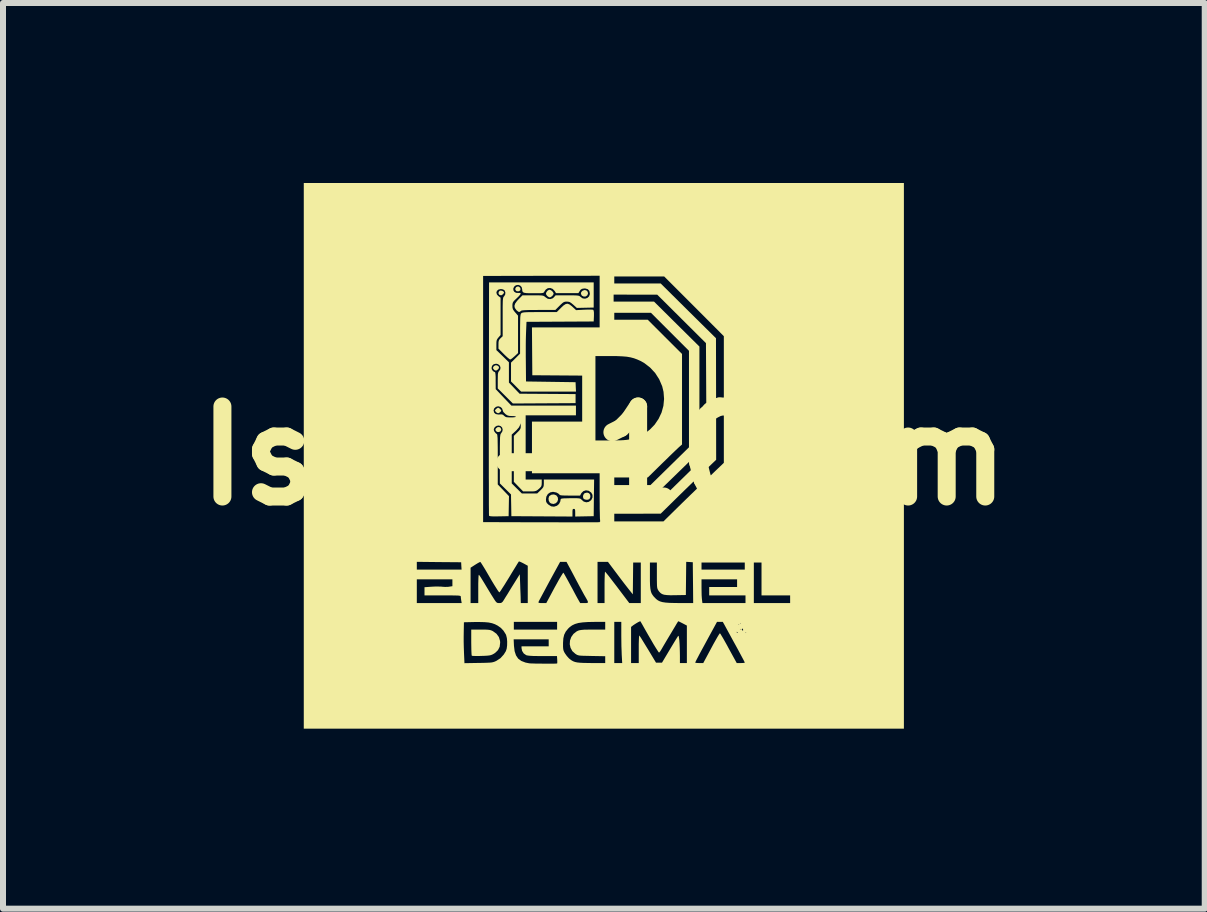
<source format=kicad_pcb>
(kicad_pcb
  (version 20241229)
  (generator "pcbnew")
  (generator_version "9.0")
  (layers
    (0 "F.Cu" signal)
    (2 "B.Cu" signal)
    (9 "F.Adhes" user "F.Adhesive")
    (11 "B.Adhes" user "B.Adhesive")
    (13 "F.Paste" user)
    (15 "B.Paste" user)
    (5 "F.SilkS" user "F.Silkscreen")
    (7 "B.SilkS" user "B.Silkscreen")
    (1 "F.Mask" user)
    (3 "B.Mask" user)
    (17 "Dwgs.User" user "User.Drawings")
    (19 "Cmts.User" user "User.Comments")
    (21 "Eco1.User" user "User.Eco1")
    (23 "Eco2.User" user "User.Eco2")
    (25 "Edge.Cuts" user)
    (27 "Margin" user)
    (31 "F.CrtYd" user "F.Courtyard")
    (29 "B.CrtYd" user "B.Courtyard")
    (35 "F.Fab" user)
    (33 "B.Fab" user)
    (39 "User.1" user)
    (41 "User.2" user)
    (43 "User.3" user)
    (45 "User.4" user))
  (footprint "Iso1-10mm"
    (layer "F.Cu")
    (at 7.014 4.547)
    (property "Reference" "Iso1-10mm" (at 0 0 0) (layer "F.SilkS") (effects (font (size 1.5 1.5) (thickness 0.3))))
    (attr board_only exclude_from_pos_files exclude_from_bom)
    (fp_poly (pts (xy -1.42 -2.821) (xy -1.397 -2.804) (xy -1.388 -2.78) (xy -1.395 -2.756) (xy -1.418 -2.742) (xy -1.446 -2.742) (xy -1.458 -2.747) (xy -1.475 -2.766) (xy -1.475 -2.79) (xy -1.462 -2.811) (xy -1.44 -2.822)) (stroke (width 0) (type solid)) (fill yes) (layer "F.SilkS"))
    (fp_poly (pts (xy -1.722 -0.468) (xy -1.711 -0.443) (xy -1.711 -0.43) (xy -1.724 -0.407) (xy -1.749 -0.396) (xy -1.777 -0.398) (xy -1.799 -0.413) (xy -1.801 -0.416) (xy -1.807 -0.442) (xy -1.799 -0.456) (xy -1.773 -0.477) (xy -1.745 -0.48)) (stroke (width 0) (type solid)) (fill yes) (layer "F.SilkS"))
    (fp_poly (pts (xy -1.781 -1.508) (xy -1.756 -1.492) (xy -1.752 -1.486) (xy -1.747 -1.466) (xy -1.76 -1.444) (xy -1.761 -1.443) (xy -1.788 -1.422) (xy -1.813 -1.423) (xy -1.831 -1.437) (xy -1.847 -1.458) (xy -1.845 -1.476) (xy -1.834 -1.493) (xy -1.811 -1.508)) (stroke (width 0) (type solid)) (fill yes) (layer "F.SilkS"))
    (fp_poly (pts (xy -1.696 -2.751) (xy -1.672 -2.738) (xy -1.663 -2.721) (xy -1.672 -2.704) (xy -1.691 -2.685) (xy -1.711 -2.675) (xy -1.713 -2.675) (xy -1.735 -2.681) (xy -1.743 -2.685) (xy -1.755 -2.704) (xy -1.753 -2.729) (xy -1.738 -2.749) (xy -1.724 -2.754)) (stroke (width 0) (type solid)) (fill yes) (layer "F.SilkS"))
    (fp_poly (pts (xy -0.292 -2.757) (xy -0.271 -2.737) (xy -0.263 -2.709) (xy -0.274 -2.677) (xy -0.275 -2.676) (xy -0.301 -2.656) (xy -0.334 -2.654) (xy -0.365 -2.669) (xy -0.366 -2.67) (xy -0.382 -2.699) (xy -0.377 -2.729) (xy -0.354 -2.752) (xy -0.321 -2.763)) (stroke (width 0) (type solid)) (fill yes) (layer "F.SilkS"))
    (fp_poly (pts (xy -0.248 0.623) (xy -0.228 0.648) (xy -0.224 0.681) (xy -0.23 0.704) (xy -0.246 0.725) (xy -0.272 0.732) (xy -0.283 0.733) (xy -0.314 0.728) (xy -0.336 0.717) (xy -0.337 0.716) (xy -0.348 0.687) (xy -0.343 0.653) (xy -0.325 0.627) (xy -0.316 0.621) (xy -0.279 0.613)) (stroke (width 0) (type solid)) (fill yes) (layer "F.SilkS"))
    (fp_poly (pts (xy -1.744 -0.794) (xy -1.725 -0.777) (xy -1.711 -0.759) (xy -1.71 -0.753) (xy -1.718 -0.737) (xy -1.738 -0.72) (xy -1.758 -0.71) (xy -1.762 -0.709) (xy -1.782 -0.717) (xy -1.796 -0.728) (xy -1.811 -0.746) (xy -1.814 -0.755) (xy -1.806 -0.77) (xy -1.787 -0.788) (xy -1.767 -0.801) (xy -1.76 -0.802)) (stroke (width 0) (type solid)) (fill yes) (layer "F.SilkS"))
    (fp_poly (pts (xy -0.88 -2.759) (xy -0.855 -2.738) (xy -0.839 -2.713) (xy -0.837 -2.704) (xy -0.845 -2.683) (xy -0.861 -2.663) (xy -0.884 -2.646) (xy -0.901 -2.64) (xy -0.922 -2.648) (xy -0.942 -2.663) (xy -0.959 -2.685) (xy -0.965 -2.701) (xy -0.957 -2.728) (xy -0.937 -2.753) (xy -0.913 -2.767) (xy -0.906 -2.768)) (stroke (width 0) (type solid)) (fill yes) (layer "F.SilkS"))
    (fp_poly (pts (xy -0.795 0.658) (xy -0.791 0.66) (xy -0.768 0.691) (xy -0.763 0.727) (xy -0.774 0.762) (xy -0.799 0.789) (xy -0.835 0.802) (xy -0.843 0.802) (xy -0.881 0.794) (xy -0.901 0.779) (xy -0.918 0.748) (xy -0.922 0.71) (xy -0.913 0.678) (xy -0.906 0.668) (xy -0.872 0.648) (xy -0.831 0.644)) (stroke (width 0) (type solid)) (fill yes) (layer "F.SilkS"))
    (fp_poly (pts (xy -1.99 2.896) (xy -1.943 2.898) (xy -1.91 2.901) (xy -1.884 2.907) (xy -1.861 2.916) (xy -1.848 2.923) (xy -1.789 2.966) (xy -1.749 3.021) (xy -1.73 3.086) (xy -1.728 3.113) (xy -1.736 3.182) (xy -1.764 3.238) (xy -1.811 3.284) (xy -1.834 3.299) (xy -1.858 3.312) (xy -1.881 3.321) (xy -1.909 3.327) (xy -1.946 3.331) (xy -1.999 3.334) (xy -2.04 3.335) (xy -2.097 3.337) (xy -2.146 3.336) (xy -2.182 3.335) (xy -2.2 3.332) (xy -2.201 3.331) (xy -2.204 3.317) (xy -2.206 3.284) (xy -2.208 3.235) (xy -2.209 3.174) (xy -2.21 3.109) (xy -2.21 2.896) (xy -2.055 2.896)) (stroke (width 0) (type solid)) (fill yes) (layer "F.SilkS"))
    (fp_poly (pts (xy -0.571 -2.522) (xy -0.532 -2.492) (xy -0.52 -2.481) (xy -0.463 -2.428) (xy -0.327 -2.435) (xy -0.273 -2.437) (xy -0.226 -2.437) (xy -0.192 -2.436) (xy -0.177 -2.433) (xy -0.169 -2.418) (xy -0.165 -2.387) (xy -0.165 -2.336) (xy -0.165 -2.331) (xy -0.169 -2.239) (xy -0.729 -2.236) (xy -1.289 -2.233) (xy -1.296 -2.067) (xy -1.298 -2.01) (xy -1.3 -1.934) (xy -1.301 -1.846) (xy -1.301 -1.75) (xy -1.301 -1.652) (xy -1.3 -1.57) (xy -1.297 -1.239) (xy -0.884 -1.233) (xy -0.471 -1.227) (xy -0.468 -1.148) (xy -0.464 -1.07) (xy -0.921 -1.07) (xy -1.379 -1.07) (xy -1.463 -1.155) (xy -1.547 -1.239) (xy -1.547 -1.396) (xy -1.547 -1.553) (xy -1.471 -1.628) (xy -1.396 -1.703) (xy -1.396 -2.03) (xy -1.396 -2.127) (xy -1.395 -2.202) (xy -1.394 -2.26) (xy -1.393 -2.303) (xy -1.39 -2.333) (xy -1.387 -2.353) (xy -1.383 -2.365) (xy -1.377 -2.374) (xy -1.374 -2.377) (xy -1.365 -2.383) (xy -1.351 -2.387) (xy -1.329 -2.391) (xy -1.296 -2.393) (xy -1.249 -2.395) (xy -1.186 -2.395) (xy -1.103 -2.396) (xy -1.069 -2.396) (xy -0.784 -2.396) (xy -0.715 -2.466) (xy -0.671 -2.507) (xy -0.635 -2.53) (xy -0.603 -2.535)) (stroke (width 0) (type solid)) (fill yes) (layer "F.SilkS"))
    (fp_poly (pts (xy -0.169 -2.681) (xy -0.169 -2.471) (xy -0.309 -2.468) (xy -0.45 -2.465) (xy -0.509 -2.518) (xy -0.544 -2.547) (xy -0.57 -2.563) (xy -0.597 -2.569) (xy -0.618 -2.57) (xy -0.645 -2.569) (xy -0.667 -2.562) (xy -0.689 -2.547) (xy -0.718 -2.521) (xy -0.739 -2.5) (xy -0.808 -2.431) (xy -1.089 -2.431) (xy -1.179 -2.43) (xy -1.249 -2.43) (xy -1.301 -2.428) (xy -1.337 -2.426) (xy -1.362 -2.423) (xy -1.377 -2.419) (xy -1.384 -2.413) (xy -1.404 -2.398) (xy -1.425 -2.401) (xy -1.453 -2.424) (xy -1.457 -2.428) (xy -1.483 -2.464) (xy -1.49 -2.499) (xy -1.478 -2.538) (xy -1.446 -2.582) (xy -1.422 -2.608) (xy -1.356 -2.675) (xy -1.181 -2.675) (xy -1.114 -2.675) (xy -1.066 -2.674) (xy -1.034 -2.672) (xy -1.012 -2.668) (xy -0.996 -2.662) (xy -0.984 -2.652) (xy -0.974 -2.644) (xy -0.934 -2.617) (xy -0.891 -2.612) (xy -0.85 -2.626) (xy -0.831 -2.644) (xy -0.804 -2.675) (xy -0.608 -2.675) (xy -0.537 -2.675) (xy -0.484 -2.674) (xy -0.448 -2.672) (xy -0.424 -2.669) (xy -0.408 -2.664) (xy -0.396 -2.656) (xy -0.385 -2.646) (xy -0.351 -2.623) (xy -0.312 -2.619) (xy -0.275 -2.631) (xy -0.247 -2.657) (xy -0.233 -2.694) (xy -0.233 -2.705) (xy -0.242 -2.749) (xy -0.267 -2.777) (xy -0.309 -2.789) (xy -0.329 -2.789) (xy -0.364 -2.783) (xy -0.387 -2.768) (xy -0.401 -2.748) (xy -0.424 -2.711) (xy -0.611 -2.711) (xy -0.797 -2.711) (xy -0.82 -2.748) (xy -0.853 -2.782) (xy -0.892 -2.797) (xy -0.933 -2.794) (xy -0.968 -2.771) (xy -0.991 -2.738) (xy -0.997 -2.727) (xy -1.005 -2.719) (xy -1.019 -2.714) (xy -1.043 -2.711) (xy -1.081 -2.71) (xy -1.136 -2.71) (xy -1.168 -2.71) (xy -1.239 -2.71) (xy -1.29 -2.712) (xy -1.325 -2.717) (xy -1.346 -2.726) (xy -1.356 -2.74) (xy -1.36 -2.76) (xy -1.361 -2.775) (xy -1.37 -2.812) (xy -1.395 -2.838) (xy -1.428 -2.849) (xy -1.464 -2.843) (xy -1.489 -2.826) (xy -1.508 -2.794) (xy -1.508 -2.761) (xy -1.492 -2.733) (xy -1.462 -2.716) (xy -1.423 -2.714) (xy -1.395 -2.715) (xy -1.385 -2.707) (xy -1.393 -2.688) (xy -1.42 -2.657) (xy -1.454 -2.624) (xy -1.488 -2.592) (xy -1.509 -2.568) (xy -1.519 -2.548) (xy -1.523 -2.525) (xy -1.524 -2.502) (xy -1.522 -2.466) (xy -1.513 -2.438) (xy -1.494 -2.41) (xy -1.477 -2.39) (xy -1.43 -2.336) (xy -1.43 -2.025) (xy -1.43 -1.713) (xy -1.488 -1.659) (xy -1.519 -1.632) (xy -1.546 -1.612) (xy -1.561 -1.605) (xy -1.575 -1.613) (xy -1.601 -1.634) (xy -1.635 -1.665) (xy -1.666 -1.695) (xy -1.756 -1.786) (xy -1.756 -1.856) (xy -1.755 -1.897) (xy -1.749 -1.924) (xy -1.736 -1.945) (xy -1.721 -1.96) (xy -1.686 -1.993) (xy -1.686 -2.315) (xy -1.686 -2.41) (xy -1.686 -2.484) (xy -1.685 -2.541) (xy -1.684 -2.583) (xy -1.681 -2.612) (xy -1.678 -2.632) (xy -1.674 -2.644) (xy -1.668 -2.653) (xy -1.663 -2.657) (xy -1.644 -2.688) (xy -1.641 -2.724) (xy -1.654 -2.756) (xy -1.658 -2.761) (xy -1.682 -2.774) (xy -1.715 -2.78) (xy -1.715 -2.78) (xy -1.756 -2.771) (xy -1.782 -2.749) (xy -1.791 -2.72) (xy -1.781 -2.687) (xy -1.756 -2.661) (xy -1.721 -2.636) (xy -1.721 -2.324) (xy -1.721 -2.013) (xy -1.756 -1.973) (xy -1.774 -1.95) (xy -1.785 -1.929) (xy -1.79 -1.9) (xy -1.791 -1.858) (xy -1.791 -1.848) (xy -1.791 -1.762) (xy -1.686 -1.661) (xy -1.582 -1.559) (xy -1.582 -1.39) (xy -1.582 -1.221) (xy -1.493 -1.128) (xy -1.404 -1.035) (xy -0.938 -1.032) (xy -0.471 -1.029) (xy -0.471 -0.954) (xy -0.471 -0.878) (xy -0.994 -0.875) (xy -1.516 -0.872) (xy -1.642 -0.998) (xy -1.768 -1.123) (xy -1.768 -1.258) (xy -1.767 -1.317) (xy -1.766 -1.357) (xy -1.762 -1.383) (xy -1.756 -1.4) (xy -1.746 -1.412) (xy -1.745 -1.413) (xy -1.725 -1.444) (xy -1.723 -1.478) (xy -1.738 -1.508) (xy -1.766 -1.529) (xy -1.796 -1.535) (xy -1.836 -1.526) (xy -1.863 -1.5) (xy -1.872 -1.463) (xy -1.864 -1.434) (xy -1.844 -1.409) (xy -1.82 -1.396) (xy -1.816 -1.396) (xy -1.81 -1.387) (xy -1.806 -1.361) (xy -1.803 -1.315) (xy -1.803 -1.253) (xy -1.802 -1.111) (xy -1.672 -0.974) (xy -1.541 -0.837) (xy -1.003 -0.837) (xy -0.465 -0.837) (xy -0.465 -0.756) (xy -0.465 -0.675) (xy -0.884 -0.675) (xy -1.303 -0.675) (xy -1.303 -0.14) (xy -1.303 0.395) (xy -1.169 0.395) (xy -1.035 0.395) (xy -1.035 0.453) (xy -1.037 0.488) (xy -1.045 0.511) (xy -1.064 0.534) (xy -1.084 0.552) (xy -1.107 0.571) (xy -1.127 0.583) (xy -1.15 0.59) (xy -1.181 0.593) (xy -1.229 0.593) (xy -1.239 0.593) (xy -1.345 0.593) (xy -1.423 0.513) (xy -1.5 0.433) (xy -1.5 0.05) (xy -1.5 -0.332) (xy -1.442 -0.39) (xy -1.411 -0.421) (xy -1.394 -0.445) (xy -1.386 -0.467) (xy -1.385 -0.495) (xy -1.385 -0.5) (xy -1.386 -0.531) (xy -1.388 -0.541) (xy -1.391 -0.53) (xy -1.396 -0.513) (xy -1.415 -0.474) (xy -1.455 -0.428) (xy -1.47 -0.413) (xy -1.535 -0.354) (xy -1.535 0.053) (xy -1.535 0.46) (xy -1.451 0.544) (xy -1.366 0.628) (xy -1.238 0.628) (xy -1.111 0.628) (xy -1.055 0.574) (xy -1.026 0.544) (xy -1.009 0.521) (xy -1.002 0.497) (xy -1 0.464) (xy -1 0.458) (xy -1 0.395) (xy -0.581 0.395) (xy -0.162 0.395) (xy -0.166 0.701) (xy -0.169 1.006) (xy -0.323 1.009) (xy -0.477 1.012) (xy -0.477 0.948) (xy -0.478 0.911) (xy -0.482 0.892) (xy -0.492 0.885) (xy -0.5 0.884) (xy -0.514 0.887) (xy -0.521 0.899) (xy -0.523 0.925) (xy -0.523 0.948) (xy -0.523 1.012) (xy -1.032 1.009) (xy -1.541 1.006) (xy -1.544 0.825) (xy -1.546 0.727) (xy -0.965 0.727) (xy -0.962 0.762) (xy -0.95 0.787) (xy -0.924 0.813) (xy -0.878 0.842) (xy -0.83 0.848) (xy -0.781 0.832) (xy -0.747 0.803) (xy -0.726 0.762) (xy -0.721 0.732) (xy -0.719 0.722) (xy -0.712 0.716) (xy -0.695 0.712) (xy -0.664 0.709) (xy -0.617 0.708) (xy -0.584 0.707) (xy -0.514 0.706) (xy -0.462 0.706) (xy -0.427 0.708) (xy -0.404 0.711) (xy -0.389 0.716) (xy -0.379 0.723) (xy -0.372 0.731) (xy -0.335 0.763) (xy -0.292 0.775) (xy -0.25 0.767) (xy -0.213 0.74) (xy -0.209 0.736) (xy -0.189 0.694) (xy -0.189 0.651) (xy -0.21 0.613) (xy -0.249 0.585) (xy -0.255 0.582) (xy -0.299 0.575) (xy -0.341 0.589) (xy -0.373 0.62) (xy -0.379 0.63) (xy -0.396 0.663) (xy -0.565 0.663) (xy -0.633 0.662) (xy -0.682 0.661) (xy -0.714 0.658) (xy -0.732 0.654) (xy -0.739 0.647) (xy -0.74 0.646) (xy -0.754 0.632) (xy -0.781 0.616) (xy -0.793 0.611) (xy -0.847 0.6) (xy -0.895 0.61) (xy -0.933 0.637) (xy -0.958 0.68) (xy -0.965 0.727) (xy -1.546 0.727) (xy -1.547 0.644) (xy -1.64 0.552) (xy -1.733 0.46) (xy -1.733 0.052) (xy -1.733 -0.057) (xy -1.733 -0.144) (xy -1.732 -0.213) (xy -1.731 -0.266) (xy -1.73 -0.305) (xy -1.727 -0.333) (xy -1.724 -0.352) (xy -1.72 -0.364) (xy -1.715 -0.372) (xy -1.71 -0.378) (xy -1.691 -0.409) (xy -1.686 -0.438) (xy -1.696 -0.472) (xy -1.719 -0.495) (xy -1.751 -0.505) (xy -1.784 -0.5) (xy -1.814 -0.481) (xy -1.828 -0.46) (xy -1.835 -0.434) (xy -1.826 -0.409) (xy -1.821 -0.401) (xy -1.802 -0.377) (xy -1.785 -0.364) (xy -1.78 -0.36) (xy -1.776 -0.348) (xy -1.774 -0.327) (xy -1.771 -0.295) (xy -1.77 -0.25) (xy -1.769 -0.189) (xy -1.768 -0.11) (xy -1.768 -0.011) (xy -1.768 0.06) (xy -1.768 0.477) (xy -1.674 0.575) (xy -1.581 0.672) (xy -1.584 0.839) (xy -1.587 1.006) (xy -1.748 1.009) (xy -1.816 1.01) (xy -1.864 1.009) (xy -1.894 1.006) (xy -1.91 1.002) (xy -1.913 0.998) (xy -1.914 0.985) (xy -1.915 0.949) (xy -1.915 0.894) (xy -1.916 0.818) (xy -1.916 0.724) (xy -1.916 0.613) (xy -1.916 0.486) (xy -1.917 0.344) (xy -1.917 0.189) (xy -1.917 0.021) (xy -1.917 -0.157) (xy -1.917 -0.346) (xy -1.917 -0.543) (xy -1.916 -0.747) (xy -1.916 -0.757) (xy -1.838 -0.757) (xy -1.828 -0.719) (xy -1.802 -0.696) (xy -1.759 -0.688) (xy -1.74 -0.689) (xy -1.704 -0.691) (xy -1.681 -0.684) (xy -1.662 -0.667) (xy -1.645 -0.653) (xy -1.625 -0.644) (xy -1.595 -0.641) (xy -1.551 -0.64) (xy -1.507 -0.641) (xy -1.477 -0.645) (xy -1.465 -0.651) (xy -1.465 -0.651) (xy -1.476 -0.658) (xy -1.503 -0.662) (xy -1.533 -0.663) (xy -1.575 -0.665) (xy -1.605 -0.673) (xy -1.633 -0.69) (xy -1.643 -0.699) (xy -1.675 -0.731) (xy -1.686 -0.761) (xy -1.686 -0.762) (xy -1.697 -0.791) (xy -1.722 -0.814) (xy -1.756 -0.825) (xy -1.762 -0.826) (xy -1.798 -0.816) (xy -1.826 -0.792) (xy -1.838 -0.759) (xy -1.838 -0.757) (xy -1.916 -0.757) (xy -1.916 -0.954) (xy -1.913 -2.89) (xy -1.041 -2.89) (xy -0.169 -2.89)) (stroke (width 0) (type solid)) (fill yes) (layer "F.SilkS"))
    (fp_poly (pts (xy 5.001 0) (xy 5.001 4.547) (xy 0 4.547) (xy -5.001 4.547) (xy -5.001 3.013) (xy -2.336 3.013) (xy -2.336 3.101) (xy -2.334 3.191) (xy -2.331 3.273) (xy -2.331 3.278) (xy -2.323 3.456) (xy -2.089 3.452) (xy -2.01 3.451) (xy -1.949 3.449) (xy -1.904 3.447) (xy -1.871 3.444) (xy -1.846 3.439) (xy -1.824 3.432) (xy -1.803 3.423) (xy -1.789 3.416) (xy -1.722 3.372) (xy -1.668 3.312) (xy -1.633 3.256) (xy -1.619 3.214) (xy -1.612 3.159) (xy -1.611 3.097) (xy -1.614 3.059) (xy -1.503 3.059) (xy -1.498 3.166) (xy -1.487 3.256) (xy -1.464 3.326) (xy -1.428 3.38) (xy -1.375 3.419) (xy -1.305 3.446) (xy -1.244 3.458) (xy -1.223 3.46) (xy -1.184 3.461) (xy -1.132 3.463) (xy -1.073 3.463) (xy -1.009 3.464) (xy -0.945 3.464) (xy -0.886 3.464) (xy -0.836 3.464) (xy -0.799 3.463) (xy -0.78 3.461) (xy -0.778 3.461) (xy -0.776 3.448) (xy -0.776 3.419) (xy -0.777 3.397) (xy -0.781 3.338) (xy -1.019 3.338) (xy -1.108 3.337) (xy -1.177 3.336) (xy -1.229 3.333) (xy -1.265 3.329) (xy -1.29 3.324) (xy -1.296 3.321) (xy -1.335 3.294) (xy -1.362 3.252) (xy -1.372 3.205) (xy -1.372 3.175) (xy -1.146 3.175) (xy -0.919 3.175) (xy -0.919 3.129) (xy -0.68 3.129) (xy -0.68 3.183) (xy -0.677 3.22) (xy -0.671 3.247) (xy -0.66 3.272) (xy -0.645 3.297) (xy -0.617 3.336) (xy -0.584 3.373) (xy -0.568 3.387) (xy -0.54 3.408) (xy -0.512 3.424) (xy -0.48 3.436) (xy -0.442 3.444) (xy -0.393 3.449) (xy -0.329 3.452) (xy -0.247 3.453) (xy -0.206 3.454) (xy 0.023 3.454) (xy 0.023 3.397) (xy 0.023 3.34) (xy -0.202 3.336) (xy -0.279 3.334) (xy -0.337 3.333) (xy -0.379 3.331) (xy -0.41 3.328) (xy -0.431 3.323) (xy -0.449 3.316) (xy -0.465 3.306) (xy -0.476 3.299) (xy -0.525 3.255) (xy -0.555 3.2) (xy -0.568 3.14) (xy -0.566 3.111) (xy 0.174 3.111) (xy 0.174 3.454) (xy 0.24 3.454) (xy 0.306 3.454) (xy 0.298 3.313) (xy 0.296 3.25) (xy 0.293 3.172) (xy 0.292 3.088) (xy 0.291 3.004) (xy 0.291 2.97) (xy 0.291 2.852) (xy 0.454 2.852) (xy 0.454 3.153) (xy 0.454 3.454) (xy 0.518 3.454) (xy 0.582 3.454) (xy 0.582 3.219) (xy 0.582 3.136) (xy 0.584 3.071) (xy 0.586 3.025) (xy 0.589 3) (xy 0.592 2.995) (xy 0.601 3.008) (xy 0.621 3.038) (xy 0.648 3.082) (xy 0.681 3.136) (xy 0.719 3.198) (xy 0.737 3.227) (xy 0.87 3.448) (xy 0.92 3.448) (xy 0.969 3.448) (xy 1.099 3.23) (xy 1.138 3.165) (xy 1.173 3.107) (xy 1.203 3.058) (xy 1.225 3.023) (xy 1.238 3.002) (xy 1.241 3) (xy 1.247 3.005) (xy 1.252 3.03) (xy 1.258 3.072) (xy 1.262 3.129) (xy 1.265 3.197) (xy 1.267 3.273) (xy 1.268 3.335) (xy 1.268 3.454) (xy 1.326 3.454) (xy 1.384 3.454) (xy 1.384 3.448) (xy 1.524 3.448) (xy 1.534 3.451) (xy 1.561 3.453) (xy 1.59 3.454) (xy 1.657 3.454) (xy 1.791 3.204) (xy 1.828 3.135) (xy 1.863 3.073) (xy 1.892 3.022) (xy 1.915 2.984) (xy 1.93 2.962) (xy 1.935 2.958) (xy 1.944 2.968) (xy 1.961 2.997) (xy 1.987 3.04) (xy 2.018 3.095) (xy 2.054 3.159) (xy 2.08 3.208) (xy 2.215 3.454) (xy 2.282 3.454) (xy 2.318 3.453) (xy 2.343 3.45) (xy 2.349 3.446) (xy 2.344 3.434) (xy 2.329 3.404) (xy 2.305 3.359) (xy 2.274 3.301) (xy 2.237 3.232) (xy 2.195 3.155) (xy 2.166 3.103) (xy 2.074 2.934) (xy 2.212 2.934) (xy 2.214 2.941) (xy 2.226 2.953) (xy 2.233 2.951) (xy 2.233 2.949) (xy 2.232 2.948) (xy 2.361 2.948) (xy 2.367 2.954) (xy 2.373 2.948) (xy 2.367 2.942) (xy 2.361 2.948) (xy 2.232 2.948) (xy 2.225 2.939) (xy 2.22 2.935) (xy 2.212 2.934) (xy 2.074 2.934) (xy 2.05 2.89) (xy 2.268 2.89) (xy 2.274 2.896) (xy 2.279 2.89) (xy 2.297 2.89) (xy 2.304 2.903) (xy 2.317 2.917) (xy 2.321 2.911) (xy 2.321 2.897) (xy 2.315 2.881) (xy 2.306 2.881) (xy 2.297 2.89) (xy 2.279 2.89) (xy 2.279 2.89) (xy 2.274 2.884) (xy 2.268 2.89) (xy 2.05 2.89) (xy 2.006 2.809) (xy 2.245 2.809) (xy 2.25 2.814) (xy 2.256 2.809) (xy 2.25 2.803) (xy 2.245 2.809) (xy 2.006 2.809) (xy 1.999 2.797) (xy 2.268 2.797) (xy 2.274 2.803) (xy 2.279 2.797) (xy 2.274 2.791) (xy 2.268 2.797) (xy 1.999 2.797) (xy 1.983 2.768) (xy 1.935 2.768) (xy 1.886 2.768) (xy 1.729 3.056) (xy 1.674 3.158) (xy 1.628 3.242) (xy 1.592 3.309) (xy 1.565 3.361) (xy 1.545 3.399) (xy 1.532 3.425) (xy 1.525 3.441) (xy 1.524 3.448) (xy 1.384 3.448) (xy 1.384 3.142) (xy 1.384 2.829) (xy 1.313 2.792) (xy 1.278 2.774) (xy 1.251 2.761) (xy 1.239 2.758) (xy 1.239 2.758) (xy 1.232 2.769) (xy 1.215 2.796) (xy 1.191 2.837) (xy 1.161 2.887) (xy 1.127 2.944) (xy 1.091 3.004) (xy 1.055 3.064) (xy 1.022 3.12) (xy 0.993 3.169) (xy 0.971 3.207) (xy 0.961 3.224) (xy 0.942 3.255) (xy 0.926 3.275) (xy 0.92 3.28) (xy 0.911 3.27) (xy 0.892 3.241) (xy 0.863 3.196) (xy 0.827 3.137) (xy 0.785 3.064) (xy 0.736 2.98) (xy 0.683 2.887) (xy 0.665 2.855) (xy 0.642 2.814) (xy 0.623 2.781) (xy 0.612 2.762) (xy 0.61 2.758) (xy 0.598 2.76) (xy 0.573 2.772) (xy 0.542 2.79) (xy 0.509 2.811) (xy 0.491 2.823) (xy 0.454 2.852) (xy 0.291 2.852) (xy 0.291 2.768) (xy 0.233 2.768) (xy 0.174 2.768) (xy 0.174 3.111) (xy -0.566 3.111) (xy -0.564 3.079) (xy -0.543 3.02) (xy -0.506 2.968) (xy -0.454 2.927) (xy -0.428 2.914) (xy -0.405 2.907) (xy -0.374 2.902) (xy -0.33 2.898) (xy -0.271 2.897) (xy -0.192 2.896) (xy -0.181 2.896) (xy 0.023 2.896) (xy 0.023 2.832) (xy 0.023 2.768) (xy -0.155 2.768) (xy -0.263 2.77) (xy -0.351 2.776) (xy -0.423 2.786) (xy -0.481 2.803) (xy -0.529 2.826) (xy -0.57 2.856) (xy -0.595 2.88) (xy -0.635 2.93) (xy -0.661 2.982) (xy -0.675 3.042) (xy -0.68 3.118) (xy -0.68 3.129) (xy -0.919 3.129) (xy -0.919 3.117) (xy -0.919 3.059) (xy -1.211 3.059) (xy -1.503 3.059) (xy -1.614 3.059) (xy -1.616 3.038) (xy -1.628 2.99) (xy -1.633 2.977) (xy -1.672 2.915) (xy -1.716 2.868) (xy -1.767 2.832) (xy -1.5 2.832) (xy -1.5 2.896) (xy -1.14 2.896) (xy -0.779 2.896) (xy -0.779 2.832) (xy -0.779 2.768) (xy -1.14 2.768) (xy -1.5 2.768) (xy -1.5 2.832) (xy -1.767 2.832) (xy -1.77 2.83) (xy -1.815 2.807) (xy -1.863 2.79) (xy -1.92 2.778) (xy -1.989 2.772) (xy -2.073 2.77) (xy -2.152 2.77) (xy -2.332 2.774) (xy -2.335 2.937) (xy -2.336 3.013) (xy -5.001 3.013) (xy -5.001 2.256) (xy -3.117 2.256) (xy -3.117 2.454) (xy -2.743 2.454) (xy -2.369 2.454) (xy -2.377 2.41) (xy -2.382 2.376) (xy -2.384 2.349) (xy -2.384 2.346) (xy -2.386 2.34) (xy -2.392 2.335) (xy -2.405 2.332) (xy -2.428 2.329) (xy -2.463 2.328) (xy -2.514 2.327) (xy -2.582 2.326) (xy -2.671 2.326) (xy -2.687 2.326) (xy -2.989 2.326) (xy -2.989 2.258) (xy -2.989 2.19) (xy -2.875 2.182) (xy -2.817 2.179) (xy -2.759 2.179) (xy -2.71 2.18) (xy -2.696 2.182) (xy -2.647 2.185) (xy -2.598 2.184) (xy -2.577 2.181) (xy -2.524 2.173) (xy -2.524 2.116) (xy -2.524 2.059) (xy -2.82 2.059) (xy -3.117 2.059) (xy -3.117 2.256) (xy -5.001 2.256) (xy -5.001 1.832) (xy -3.117 1.832) (xy -3.117 1.896) (xy -2.744 1.896) (xy -2.371 1.896) (xy -2.373 1.865) (xy -2.221 1.865) (xy -2.221 2.16) (xy -2.221 2.454) (xy -2.157 2.454) (xy -2.093 2.454) (xy -2.093 2.215) (xy -2.093 2.131) (xy -2.091 2.064) (xy -2.089 2.017) (xy -2.086 1.989) (xy -2.082 1.983) (xy -2.072 1.995) (xy -2.053 2.023) (xy -2.028 2.063) (xy -1.998 2.112) (xy -1.993 2.12) (xy -1.956 2.182) (xy -1.916 2.248) (xy -1.878 2.311) (xy -1.852 2.352) (xy -1.823 2.398) (xy -1.803 2.427) (xy -1.787 2.444) (xy -1.772 2.452) (xy -1.754 2.454) (xy -1.744 2.454) (xy -1.718 2.453) (xy -1.7 2.445) (xy -1.683 2.428) (xy -1.662 2.395) (xy -1.657 2.387) (xy -1.637 2.354) (xy -1.607 2.307) (xy -1.572 2.249) (xy -1.534 2.187) (xy -1.509 2.147) (xy -1.401 1.974) (xy -1.394 2.153) (xy -1.392 2.221) (xy -1.389 2.285) (xy -1.387 2.341) (xy -1.386 2.382) (xy -1.386 2.393) (xy -1.384 2.454) (xy -1.326 2.454) (xy -1.268 2.454) (xy -1.268 2.445) (xy -1.09 2.445) (xy -1.081 2.451) (xy -1.056 2.454) (xy -1.028 2.454) (xy -0.959 2.454) (xy -0.822 2.198) (xy -0.783 2.128) (xy -0.749 2.066) (xy -0.719 2.015) (xy -0.695 1.976) (xy -0.68 1.953) (xy -0.674 1.948) (xy -0.666 1.96) (xy -0.649 1.989) (xy -0.625 2.032) (xy -0.595 2.086) (xy -0.562 2.147) (xy -0.558 2.155) (xy -0.522 2.22) (xy -0.489 2.283) (xy -0.46 2.337) (xy -0.437 2.379) (xy -0.422 2.405) (xy -0.394 2.454) (xy -0.326 2.454) (xy -0.291 2.454) (xy -0.271 2.45) (xy -0.264 2.44) (xy -0.27 2.419) (xy -0.289 2.384) (xy -0.309 2.349) (xy -0.33 2.313) (xy -0.357 2.263) (xy -0.388 2.206) (xy -0.415 2.157) (xy -0.439 2.111) (xy -0.105 2.111) (xy -0.105 2.454) (xy -0.047 2.454) (xy 0.012 2.454) (xy 0.012 2.192) (xy 0.012 2.117) (xy 0.013 2.05) (xy 0.015 1.995) (xy 0.017 1.955) (xy 0.019 1.934) (xy 0.02 1.931) (xy 0.029 1.94) (xy 0.05 1.965) (xy 0.082 2.004) (xy 0.121 2.055) (xy 0.167 2.115) (xy 0.218 2.181) (xy 0.226 2.192) (xy 0.424 2.454) (xy 0.52 2.454) (xy 0.616 2.454) (xy 0.616 2.117) (xy 0.616 1.779) (xy 0.768 1.779) (xy 0.768 1.996) (xy 0.768 2.086) (xy 0.77 2.157) (xy 0.775 2.212) (xy 0.783 2.255) (xy 0.794 2.289) (xy 0.811 2.318) (xy 0.832 2.346) (xy 0.843 2.357) (xy 0.871 2.386) (xy 0.901 2.409) (xy 0.935 2.426) (xy 0.976 2.438) (xy 1.028 2.446) (xy 1.095 2.451) (xy 1.178 2.453) (xy 1.253 2.454) (xy 1.489 2.454) (xy 1.487 2.202) (xy 1.628 2.202) (xy 1.629 2.264) (xy 1.63 2.322) (xy 1.633 2.37) (xy 1.636 2.4) (xy 1.643 2.454) (xy 2.002 2.454) (xy 2.361 2.454) (xy 2.361 2.39) (xy 2.361 2.326) (xy 2.059 2.326) (xy 1.756 2.326) (xy 1.756 2.256) (xy 1.756 2.186) (xy 1.989 2.186) (xy 2.221 2.186) (xy 2.221 2.122) (xy 2.221 2.117) (xy 2.5 2.117) (xy 2.5 2.454) (xy 2.803 2.454) (xy 3.105 2.454) (xy 3.105 2.39) (xy 3.105 2.326) (xy 2.867 2.326) (xy 2.628 2.326) (xy 2.628 2.053) (xy 2.628 1.779) (xy 2.564 1.779) (xy 2.5 1.779) (xy 2.5 2.117) (xy 2.221 2.117) (xy 2.221 2.059) (xy 1.925 2.059) (xy 1.628 2.059) (xy 1.628 2.202) (xy 1.487 2.202) (xy 1.486 2.114) (xy 1.483 1.838) (xy 1.628 1.838) (xy 1.628 1.896) (xy 1.989 1.896) (xy 2.349 1.896) (xy 2.349 1.838) (xy 2.349 1.779) (xy 1.989 1.779) (xy 1.628 1.779) (xy 1.628 1.838) (xy 1.483 1.838) (xy 1.483 1.774) (xy 1.428 1.77) (xy 1.373 1.767) (xy 1.37 2.043) (xy 1.367 2.32) (xy 1.192 2.323) (xy 1.111 2.324) (xy 1.05 2.321) (xy 1.003 2.315) (xy 0.969 2.303) (xy 0.943 2.285) (xy 0.92 2.26) (xy 0.91 2.246) (xy 0.901 2.231) (xy 0.894 2.215) (xy 0.889 2.194) (xy 0.886 2.165) (xy 0.885 2.125) (xy 0.884 2.068) (xy 0.884 1.993) (xy 0.884 1.779) (xy 0.826 1.779) (xy 0.768 1.779) (xy 0.616 1.779) (xy 0.553 1.779) (xy 0.489 1.779) (xy 0.486 2.044) (xy 0.483 2.309) (xy 0.409 2.216) (xy 0.377 2.175) (xy 0.335 2.121) (xy 0.287 2.058) (xy 0.238 1.993) (xy 0.202 1.945) (xy 0.069 1.768) (xy -0.018 1.768) (xy -0.105 1.768) (xy -0.105 2.111) (xy -0.439 2.111) (xy -0.45 2.091) (xy -0.49 2.015) (xy -0.529 1.941) (xy -0.552 1.898) (xy -0.622 1.768) (xy -0.676 1.768) (xy -0.729 1.768) (xy -0.905 2.09) (xy -0.948 2.17) (xy -0.988 2.245) (xy -1.023 2.31) (xy -1.052 2.364) (xy -1.074 2.405) (xy -1.086 2.429) (xy -1.088 2.434) (xy -1.09 2.445) (xy -1.268 2.445) (xy -1.268 2.143) (xy -1.268 1.832) (xy -1.339 1.793) (xy -1.375 1.775) (xy -1.402 1.763) (xy -1.416 1.761) (xy -1.416 1.761) (xy -1.424 1.773) (xy -1.442 1.801) (xy -1.468 1.844) (xy -1.502 1.899) (xy -1.541 1.963) (xy -1.575 2.02) (xy -1.618 2.089) (xy -1.656 2.151) (xy -1.69 2.203) (xy -1.716 2.244) (xy -1.734 2.269) (xy -1.741 2.276) (xy -1.75 2.268) (xy -1.769 2.242) (xy -1.795 2.201) (xy -1.829 2.147) (xy -1.867 2.084) (xy -1.902 2.024) (xy -1.942 1.955) (xy -1.979 1.892) (xy -2.011 1.84) (xy -2.036 1.8) (xy -2.053 1.775) (xy -2.059 1.768) (xy -2.073 1.774) (xy -2.101 1.789) (xy -2.137 1.811) (xy -2.145 1.816) (xy -2.221 1.865) (xy -2.373 1.865) (xy -2.375 1.835) (xy -2.378 1.774) (xy -2.748 1.771) (xy -3.117 1.767) (xy -3.117 1.832) (xy -5.001 1.832) (xy -5.001 0) (xy -5.001 -2.998) (xy -2.012 -2.998) (xy -2.012 -0.947) (xy -2.012 1.105) (xy -1.05 1.108) (xy -0.902 1.108) (xy -0.761 1.108) (xy -0.628 1.109) (xy -0.505 1.109) (xy -0.394 1.108) (xy -0.296 1.108) (xy -0.214 1.108) (xy -0.149 1.108) (xy -0.102 1.107) (xy -0.076 1.106) (xy -0.072 1.106) (xy -0.061 1.093) (xy -0.063 1.067) (xy -0.065 1.047) (xy -0.066 1.007) (xy -0.067 0.95) (xy -0.069 0.879) (xy -0.069 0.797) (xy -0.07 0.707) (xy -0.07 0.661) (xy -0.07 0.291) (xy -0.634 0.291) (xy -1.198 0.291) (xy -1.198 -0.14) (xy -1.198 -0.57) (xy -0.779 -0.57) (xy -0.361 -0.57) (xy -0.361 -0.954) (xy -0.361 -0.959) (xy -0.14 -0.959) (xy -0.14 -0.256) (xy 0.102 -0.256) (xy 0.194 -0.257) (xy 0.268 -0.258) (xy 0.328 -0.261) (xy 0.379 -0.266) (xy 0.425 -0.273) (xy 0.451 -0.278) (xy 0.568 -0.314) (xy 0.674 -0.367) (xy 0.768 -0.438) (xy 0.848 -0.521) (xy 0.913 -0.617) (xy 0.962 -0.721) (xy 0.993 -0.833) (xy 1.004 -0.948) (xy 0.995 -1.066) (xy 0.973 -1.158) (xy 0.923 -1.275) (xy 0.855 -1.381) (xy 0.77 -1.472) (xy 0.671 -1.548) (xy 0.612 -1.581) (xy 0.556 -1.606) (xy 0.502 -1.626) (xy 0.445 -1.641) (xy 0.382 -1.652) (xy 0.307 -1.658) (xy 0.218 -1.662) (xy 0.111 -1.663) (xy 0.099 -1.663) (xy -0.14 -1.663) (xy -0.14 -0.959) (xy -0.361 -0.959) (xy -0.361 -1.337) (xy -0.776 -1.34) (xy -1.192 -1.343) (xy -1.195 -1.742) (xy -1.198 -2.14) (xy -0.634 -2.14) (xy -0.07 -2.14) (xy -0.07 -2.326) (xy 0.174 -2.326) (xy 0.174 -2.268) (xy 0.453 -2.268) (xy 0.732 -2.268) (xy 1.017 -1.983) (xy 1.303 -1.698) (xy 1.303 -0.943) (xy 1.303 -0.189) (xy 1.253 -0.145) (xy 1.232 -0.125) (xy 1.197 -0.092) (xy 1.15 -0.047) (xy 1.095 0.006) (xy 1.035 0.065) (xy 0.971 0.127) (xy 0.968 0.13) (xy 0.733 0.361) (xy 0.454 0.361) (xy 0.174 0.361) (xy 0.174 0.424) (xy 0.174 0.488) (xy 0.476 0.488) (xy 0.777 0.488) (xy 1.098 0.173) (xy 1.419 -0.142) (xy 1.419 -0.946) (xy 1.419 -1.75) (xy 1.102 -2.067) (xy 0.785 -2.384) (xy 0.48 -2.384) (xy 0.174 -2.384) (xy 0.174 -2.326) (xy -0.07 -2.326) (xy -0.07 -2.57) (xy -0.07 -2.628) (xy 0.163 -2.628) (xy 0.163 -2.57) (xy 0.5 -2.57) (xy 0.837 -2.57) (xy 1.215 -2.195) (xy 1.593 -1.821) (xy 1.593 -0.944) (xy 1.593 -0.068) (xy 1.381 0.139) (xy 1.311 0.207) (xy 1.235 0.281) (xy 1.158 0.356) (xy 1.086 0.426) (xy 1.024 0.486) (xy 1.006 0.504) (xy 0.843 0.662) (xy 0.509 0.663) (xy 0.174 0.663) (xy 0.174 0.727) (xy 0.174 0.791) (xy 0.53 0.791) (xy 0.887 0.791) (xy 1.3 0.387) (xy 1.713 -0.017) (xy 1.707 -0.948) (xy 1.702 -1.878) (xy 1.296 -2.282) (xy 0.89 -2.686) (xy 0.526 -2.686) (xy 0.163 -2.687) (xy 0.163 -2.628) (xy -0.07 -2.628) (xy -0.07 -2.931) (xy 0.174 -2.931) (xy 0.174 -2.873) (xy 0.561 -2.873) (xy 0.947 -2.873) (xy 1.408 -2.416) (xy 1.869 -1.96) (xy 1.871 -0.947) (xy 1.872 0.066) (xy 1.661 0.268) (xy 1.593 0.334) (xy 1.513 0.411) (xy 1.428 0.494) (xy 1.34 0.579) (xy 1.257 0.66) (xy 1.198 0.718) (xy 0.948 0.964) (xy 0.561 0.965) (xy 0.174 0.965) (xy 0.174 1.029) (xy 0.174 1.093) (xy 0.584 1.093) (xy 0.994 1.093) (xy 1.186 0.904) (xy 1.242 0.849) (xy 1.303 0.789) (xy 1.37 0.724) (xy 1.446 0.65) (xy 1.531 0.568) (xy 1.627 0.475) (xy 1.736 0.371) (xy 1.859 0.252) (xy 1.967 0.149) (xy 2 0.117) (xy 2 -0.939) (xy 2 -1.994) (xy 1.503 -2.492) (xy 1.006 -2.989) (xy 0.59 -2.989) (xy 0.174 -2.989) (xy 0.174 -2.931) (xy -0.07 -2.931) (xy -0.07 -3.001) (xy -1.041 -3) (xy -2.012 -2.998) (xy -5.001 -2.998) (xy -5.001 -4.547) (xy 0 -4.547) (xy 5.001 -4.547)) (stroke (width 0) (type solid)) (fill yes) (layer "F.SilkS")))
  (gr_rect
    (start -3 -3)
    (end 17.029 12.095)
    (stroke (width 0.1) (type default))
    (fill no)
    (layer "Edge.Cuts")))
</source>
